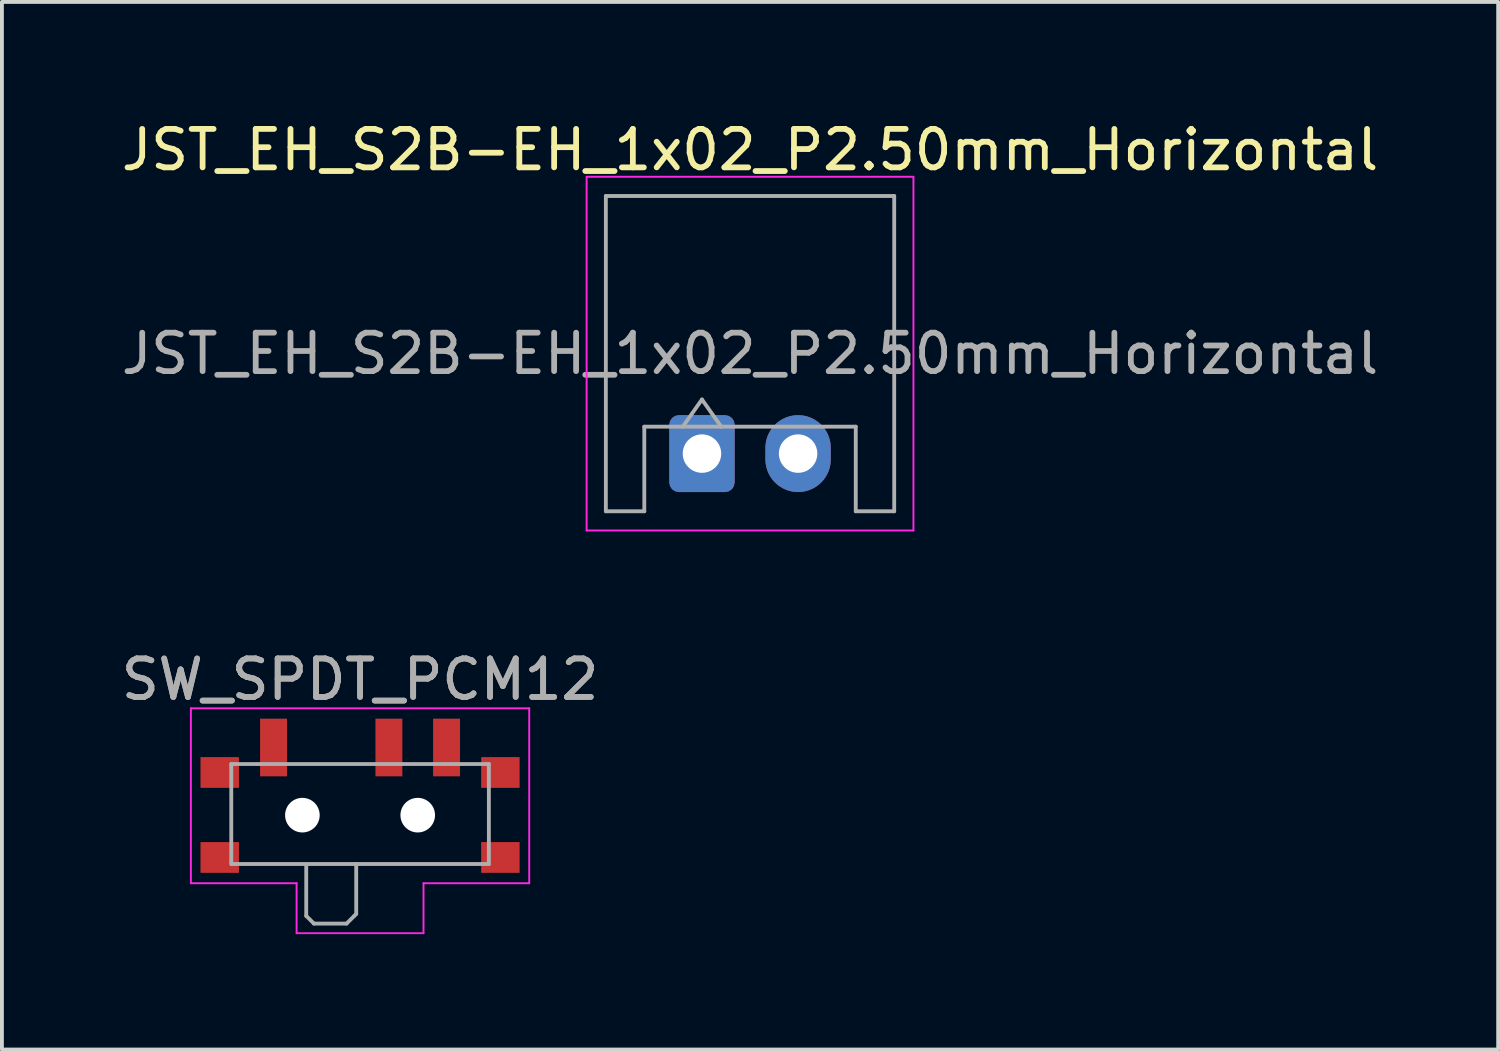
<source format=kicad_pcb>
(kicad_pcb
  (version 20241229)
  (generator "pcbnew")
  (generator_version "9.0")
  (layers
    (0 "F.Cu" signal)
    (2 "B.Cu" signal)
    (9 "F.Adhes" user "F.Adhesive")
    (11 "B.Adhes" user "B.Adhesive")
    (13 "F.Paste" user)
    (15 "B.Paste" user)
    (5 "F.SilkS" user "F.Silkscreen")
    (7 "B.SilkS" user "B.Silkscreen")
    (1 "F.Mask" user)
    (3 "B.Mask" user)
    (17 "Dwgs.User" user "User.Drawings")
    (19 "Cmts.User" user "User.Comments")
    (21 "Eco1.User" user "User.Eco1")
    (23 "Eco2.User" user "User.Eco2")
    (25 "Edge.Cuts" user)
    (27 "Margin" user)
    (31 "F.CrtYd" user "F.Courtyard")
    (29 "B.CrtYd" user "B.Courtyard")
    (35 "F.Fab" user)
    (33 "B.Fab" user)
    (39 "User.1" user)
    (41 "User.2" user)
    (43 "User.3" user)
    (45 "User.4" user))
  (footprint "JST_EH_S2B-EH_1x02_P2.50mm_Horizontal"
    (layer "F.Cu")
    (at 15.208 8.748)
    (property "Reference" "JST_EH_S2B-EH_1x02_P2.50mm_Horizontal" (at 1.25 -7.9 0) (layer "F.SilkS") (effects (font (size 1 1) (thickness 0.15))))
    (attr through_hole)
    (fp_line (start -3 -7.2) (end -3 2) (stroke (width 0.05) (type solid)) (layer "F.CrtYd"))
    (fp_line (start -3 2) (end 5.5 2) (stroke (width 0.05) (type solid)) (layer "F.CrtYd"))
    (fp_line (start 5.5 -7.2) (end -3 -7.2) (stroke (width 0.05) (type solid)) (layer "F.CrtYd"))
    (fp_line (start 5.5 2) (end 5.5 -7.2) (stroke (width 0.05) (type solid)) (layer "F.CrtYd"))
    (fp_line (start -2.5 -6.7) (end 5 -6.7) (stroke (width 0.1) (type solid)) (layer "F.Fab"))
    (fp_line (start -2.5 1.5) (end -2.5 -6.7) (stroke (width 0.1) (type solid)) (layer "F.Fab"))
    (fp_line (start -1.5 -0.7) (end -1.5 1.5) (stroke (width 0.1) (type solid)) (layer "F.Fab"))
    (fp_line (start -1.5 1.5) (end -2.5 1.5) (stroke (width 0.1) (type solid)) (layer "F.Fab"))
    (fp_line (start -0.5 -0.7) (end 0 -1.407) (stroke (width 0.1) (type solid)) (layer "F.Fab"))
    (fp_line (start 0 -1.407) (end 0.5 -0.7) (stroke (width 0.1) (type solid)) (layer "F.Fab"))
    (fp_line (start 4 -0.7) (end -1.5 -0.7) (stroke (width 0.1) (type solid)) (layer "F.Fab"))
    (fp_line (start 4 1.5) (end 4 -0.7) (stroke (width 0.1) (type solid)) (layer "F.Fab"))
    (fp_line (start 5 -6.7) (end 5 1.5) (stroke (width 0.1) (type solid)) (layer "F.Fab"))
    (fp_line (start 5 1.5) (end 4 1.5) (stroke (width 0.1) (type solid)) (layer "F.Fab"))
    (fp_text user "${REFERENCE}" (at 1.25 -2.6 0) (layer "F.Fab") (effects (font (size 1 1) (thickness 0.15))))
    (pad "1" thru_hole roundrect (at 0 0) (size 1.7 2) (drill 1) (layers "*.Cu" "*.Mask") (roundrect_rratio 0.147))
    (pad "2" thru_hole oval (at 2.5 0) (size 1.7 2) (drill 1) (layers "*.Cu" "*.Mask")))
  (footprint "SW_SPDT_PCM12"
    (layer "F.Cu")
    (at 6.315 17.822)
    (property "Reference" "SW_SPDT_PCM12" (at 0 -3.2 0) (layer "F.Fab") (effects (font (size 1 1) (thickness 0.15))))
    (attr smd)
    (fp_line (start -4.4 -2.45) (end 4.4 -2.45) (stroke (width 0.05) (type solid)) (layer "F.CrtYd"))
    (fp_line (start -4.4 2.1) (end -4.4 -2.45) (stroke (width 0.05) (type solid)) (layer "F.CrtYd"))
    (fp_line (start -1.65 2.1) (end -4.4 2.1) (stroke (width 0.05) (type solid)) (layer "F.CrtYd"))
    (fp_line (start -1.65 3.4) (end -1.65 2.1) (stroke (width 0.05) (type solid)) (layer "F.CrtYd"))
    (fp_line (start 1.65 2.1) (end 1.65 3.4) (stroke (width 0.05) (type solid)) (layer "F.CrtYd"))
    (fp_line (start 1.65 3.4) (end -1.65 3.4) (stroke (width 0.05) (type solid)) (layer "F.CrtYd"))
    (fp_line (start 4.4 -2.45) (end 4.4 2.1) (stroke (width 0.05) (type solid)) (layer "F.CrtYd"))
    (fp_line (start 4.4 2.1) (end 1.65 2.1) (stroke (width 0.05) (type solid)) (layer "F.CrtYd"))
    (fp_line (start -3.35 -1) (end -3.35 1.6) (stroke (width 0.1) (type solid)) (layer "F.Fab"))
    (fp_line (start -3.35 1.6) (end 3.35 1.6) (stroke (width 0.1) (type solid)) (layer "F.Fab"))
    (fp_line (start -1.4 1.65) (end -1.4 2.95) (stroke (width 0.1) (type solid)) (layer "F.Fab"))
    (fp_line (start -1.4 2.95) (end -1.2 3.15) (stroke (width 0.1) (type solid)) (layer "F.Fab"))
    (fp_line (start -1.2 3.15) (end -0.35 3.15) (stroke (width 0.1) (type solid)) (layer "F.Fab"))
    (fp_line (start -0.35 3.15) (end -0.15 2.95) (stroke (width 0.1) (type solid)) (layer "F.Fab"))
    (fp_line (start -0.15 2.95) (end -0.1 2.9) (stroke (width 0.1) (type solid)) (layer "F.Fab"))
    (fp_line (start -0.1 2.9) (end -0.1 1.6) (stroke (width 0.1) (type solid)) (layer "F.Fab"))
    (fp_line (start 3.35 -1) (end -3.35 -1) (stroke (width 0.1) (type solid)) (layer "F.Fab"))
    (fp_line (start 3.35 1.6) (end 3.35 -1) (stroke (width 0.1) (type solid)) (layer "F.Fab"))
    (fp_text user "${REFERENCE}" (at 0 -3.2 0) (layer "F.Fab") (effects (font (size 1 1) (thickness 0.15))))
    (pad "" smd rect (at -3.65 -0.78) (size 1 0.8) (layers "F.Cu" "F.Mask" "F.Paste"))
    (pad "" smd rect (at -3.65 1.43) (size 1 0.8) (layers "F.Cu" "F.Mask" "F.Paste"))
    (pad "" np_thru_hole circle (at -1.5 0.33) (size 0.9 0.9) (drill 0.9) (layers "*.Cu" "*.Mask"))
    (pad "" np_thru_hole circle (at 1.5 0.33) (size 0.9 0.9) (drill 0.9) (layers "*.Cu" "*.Mask"))
    (pad "" smd rect (at 3.65 -0.78) (size 1 0.8) (layers "F.Cu" "F.Mask" "F.Paste"))
    (pad "" smd rect (at 3.65 1.43) (size 1 0.8) (layers "F.Cu" "F.Mask" "F.Paste"))
    (pad "1" smd rect (at -2.25 -1.43) (size 0.7 1.5) (layers "F.Cu" "F.Mask" "F.Paste"))
    (pad "2" smd rect (at 0.75 -1.43) (size 0.7 1.5) (layers "F.Cu" "F.Mask" "F.Paste"))
    (pad "3" smd rect (at 2.25 -1.43) (size 0.7 1.5) (layers "F.Cu" "F.Mask" "F.Paste")))
  (gr_rect
    (start -3 -3)
    (end 35.917 24.247)
    (stroke (width 0.1) (type default))
    (fill no)
    (layer "Edge.Cuts")))
</source>
